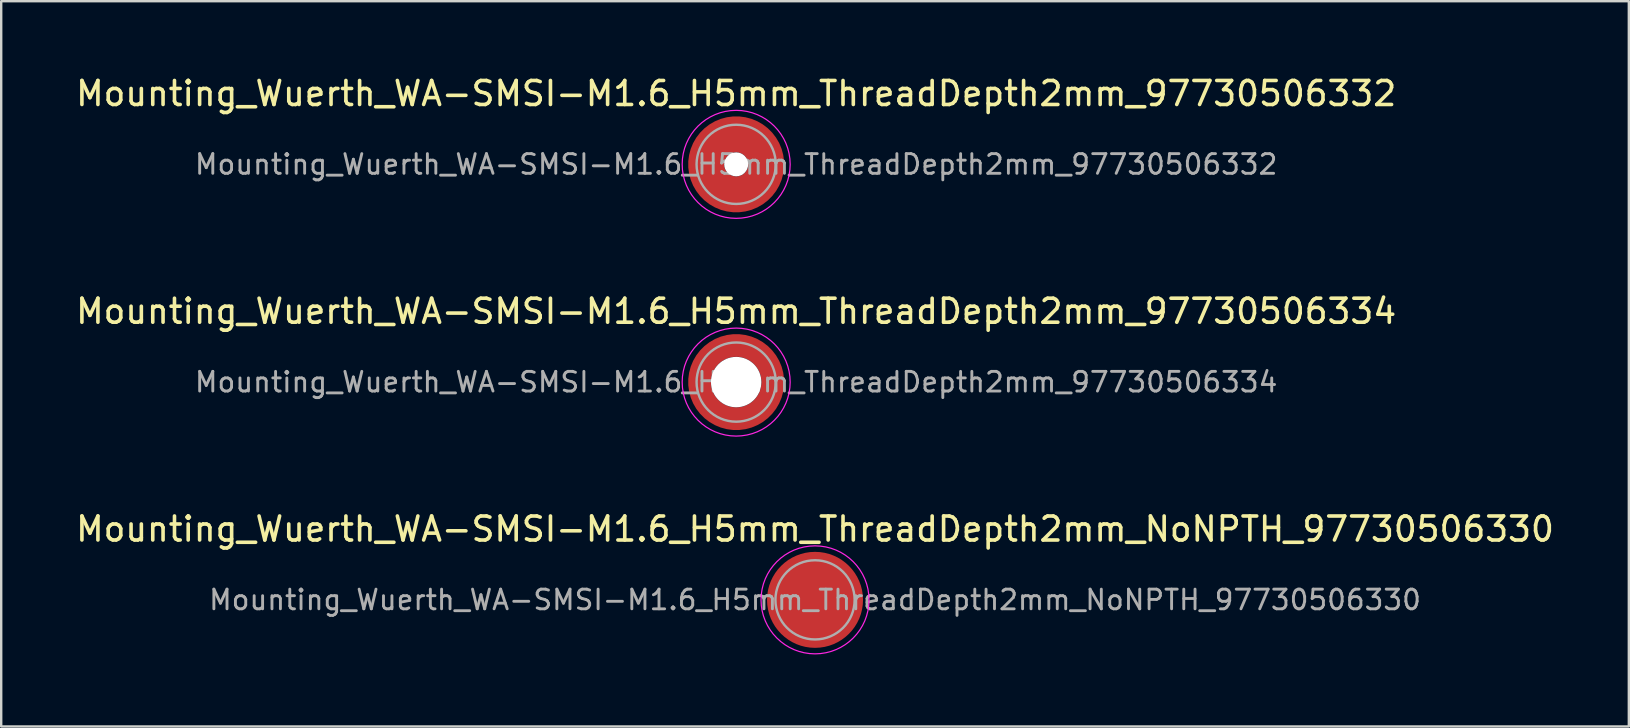
<source format=kicad_pcb>
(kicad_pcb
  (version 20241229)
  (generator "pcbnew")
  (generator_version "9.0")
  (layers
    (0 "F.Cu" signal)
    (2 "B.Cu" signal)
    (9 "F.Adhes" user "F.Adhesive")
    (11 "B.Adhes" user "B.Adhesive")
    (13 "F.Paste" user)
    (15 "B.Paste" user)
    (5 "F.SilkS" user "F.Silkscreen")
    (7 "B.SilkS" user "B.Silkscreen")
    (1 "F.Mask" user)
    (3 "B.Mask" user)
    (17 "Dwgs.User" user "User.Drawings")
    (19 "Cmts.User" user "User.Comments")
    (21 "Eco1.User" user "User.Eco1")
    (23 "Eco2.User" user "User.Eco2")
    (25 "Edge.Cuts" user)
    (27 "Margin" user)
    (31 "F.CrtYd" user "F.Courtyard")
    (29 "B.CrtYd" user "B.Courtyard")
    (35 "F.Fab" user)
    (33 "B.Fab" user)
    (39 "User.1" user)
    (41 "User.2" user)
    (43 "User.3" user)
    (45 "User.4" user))
  (footprint "Mounting_Wuerth_WA-SMSI-M1.6_H5mm_ThreadDepth2mm_97730506332"
    (layer "F.Cu")
    (at 27.625 3.798)
    (property "Reference" "Mounting_Wuerth_WA-SMSI-M1.6_H5mm_ThreadDepth2mm_97730506332" (at 0 -2.95 0) (layer "F.SilkS") (effects (font (size 1 1) (thickness 0.15))))
    (attr smd allow_soldermask_bridges)
    (fp_circle (center 0 0) (end 2.25 0) (stroke (width 0.05) (type solid)) (fill no) (layer "F.CrtYd"))
    (fp_circle (center 0 0) (end 1.65 0) (stroke (width 0.1) (type solid)) (fill no) (layer "F.Fab"))
    (fp_text user "${REFERENCE}" (at 0 0 0) (layer "F.Fab") (effects (font (size 0.82 0.82) (thickness 0.12))))
    (pad "" smd custom (at 0 -1.25) (size 0.65 0.65) (layers "F.Paste") (options (anchor circle)) (primitives (gr_arc (start -0.259808 0.6) (mid 0.392514 0.670403) (end 0.7 1.25) (width 0.2)) (gr_arc (start -0.466369 0.6) (mid 0.365311 0.538278) (end 0.8 1.25) (width 0.2)) (gr_arc (start -0.622495 0.6) (mid 0.35338 0.422279) (end 0.9 1.25) (width 0.2)) (gr_arc (start -0.759934 0.6) (mid 0.346458 0.311934) (end 1 1.25) (width 0.2)) (gr_arc (start -0.887412 0.6) (mid 0.341941 0.204497) (end 1.1 1.25) (width 0.2)) (gr_arc (start -1.008712 0.6) (mid 0.338781 0.098815) (end 1.2 1.25) (width 0.2)) (gr_arc (start -1.125833 0.6) (mid 0.336465 -0.005704) (end 1.3 1.25) (width 0.2)) (gr_arc (start -1.23996 0.6) (mid 0.334706 -0.109401) (end 1.4 1.25) (width 0.2)) (gr_arc (start -1.351851 0.6) (mid 0.333335 -0.212494) (end 1.5 1.25) (width 0.2)) (gr_arc (start -1.462019 0.6) (mid 0.332242 -0.315125) (end 1.6 1.25) (width 0.2)) (gr_arc (start -1.570828 0.6) (mid 0.331355 -0.417394) (end 1.7 1.25) (width 0.2)) (gr_arc (start -1.678541 0.6) (mid 0.330625 -0.519375) (end 1.8 1.25) (width 0.2)) (gr_line (start 0.7 1.25) (end 1.8 1.25) (width 0.2)) (gr_line (start -0.26 0.6) (end -1.679 0.6) (width 0.2))))
    (pad "" np_thru_hole circle (at 0 0) (size 1 1) (drill 1) (layers "*.Cu" "*.Mask"))
    (pad "" smd custom (at 0 1.25) (size 0.65 0.65) (layers "F.Paste") (options (anchor circle)) (primitives (gr_arc (start 0.259808 -0.6) (mid -0.392514 -0.670403) (end -0.7 -1.25) (width 0.2)) (gr_arc (start 0.466369 -0.6) (mid -0.365311 -0.538278) (end -0.8 -1.25) (width 0.2)) (gr_arc (start 0.622495 -0.6) (mid -0.35338 -0.422279) (end -0.9 -1.25) (width 0.2)) (gr_arc (start 0.759934 -0.6) (mid -0.346458 -0.311934) (end -1 -1.25) (width 0.2)) (gr_arc (start 0.887412 -0.6) (mid -0.341941 -0.204497) (end -1.1 -1.25) (width 0.2)) (gr_arc (start 1.008712 -0.6) (mid -0.338781 -0.098815) (end -1.2 -1.25) (width 0.2)) (gr_arc (start 1.125833 -0.6) (mid -0.336465 0.005704) (end -1.3 -1.25) (width 0.2)) (gr_arc (start 1.23996 -0.6) (mid -0.334706 0.109401) (end -1.4 -1.25) (width 0.2)) (gr_arc (start 1.351851 -0.6) (mid -0.333335 0.212494) (end -1.5 -1.25) (width 0.2)) (gr_arc (start 1.462019 -0.6) (mid -0.332242 0.315125) (end -1.6 -1.25) (width 0.2)) (gr_arc (start 1.570828 -0.6) (mid -0.331355 0.417394) (end -1.7 -1.25) (width 0.2)) (gr_arc (start 1.678541 -0.6) (mid -0.330625 0.519375) (end -1.8 -1.25) (width 0.2)) (gr_line (start -0.7 -1.25) (end -1.8 -1.25) (width 0.2)) (gr_line (start 0.26 -0.6) (end 1.679 -0.6) (width 0.2))))
    (pad "1" smd circle (at -1.25 0) (size 0.992 0.992) (layers "F.Cu"))
    (pad "1" smd circle (at 0 -1.25) (size 0.992 0.992) (layers "F.Cu"))
    (pad "1" smd circle (at 0 1.25) (size 0.992 0.992) (layers "F.Cu"))
    (pad "1" smd custom (at 1.25 0) (size 1.5 1.5) (layers "F.Cu" "F.Mask") (options (anchor circle)) (primitives (gr_circle (center -1.25 0) (end 0 0) (width 1.5) (fill no)))))
  (footprint "Mounting_Wuerth_WA-SMSI-M1.6_H5mm_ThreadDepth2mm_97730506334"
    (layer "F.Cu")
    (at 27.625 12.871)
    (property "Reference" "Mounting_Wuerth_WA-SMSI-M1.6_H5mm_ThreadDepth2mm_97730506334" (at 0 -2.95 0) (layer "F.SilkS") (effects (font (size 1 1) (thickness 0.15))))
    (attr smd allow_soldermask_bridges)
    (fp_circle (center 0 0) (end 2.25 0) (stroke (width 0.05) (type solid)) (fill no) (layer "F.CrtYd"))
    (fp_circle (center 0 0) (end 1.65 0) (stroke (width 0.1) (type solid)) (fill no) (layer "F.Fab"))
    (fp_text user "${REFERENCE}" (at 0 0 0) (layer "F.Fab") (effects (font (size 0.82 0.82) (thickness 0.12))))
    (pad "" smd custom (at -1.061 -1.061) (size 0.4 0.4) (layers "F.Paste") (options (anchor circle)) (primitives (gr_arc (start -0.101235 0.76066) (mid 0.212132 0.212132) (end 0.76066 -0.101235) (width 0.2)) (gr_arc (start -0.204251 0.76066) (mid 0.141421 0.141421) (end 0.76066 -0.204251) (width 0.2)) (gr_arc (start -0.306819 0.76066) (mid 0.070711 0.070711) (end 0.76066 -0.306819) (width 0.2)) (gr_arc (start -0.409034 0.76066) (mid 0 0) (end 0.76066 -0.409034) (width 0.2)) (gr_arc (start -0.510963 0.76066) (mid -0.070711 -0.070711) (end 0.76066 -0.510963) (width 0.2)) (gr_arc (start -0.61266 0.76066) (mid -0.141421 -0.141421) (end 0.76066 -0.61266) (width 0.2)) (gr_arc (start -0.714164 0.76066) (mid -0.212132 -0.212132) (end 0.76066 -0.714164) (width 0.2)) (gr_line (start 0.761 -0.101) (end 0.761 -0.714) (width 0.2)) (gr_line (start -0.101 0.761) (end -0.714 0.761) (width 0.2))))
    (pad "" smd custom (at -1.061 1.061) (size 0.4 0.4) (layers "F.Paste") (options (anchor circle)) (primitives (gr_arc (start 0.76066 0.101235) (mid 0.212132 -0.212132) (end -0.101235 -0.76066) (width 0.2)) (gr_arc (start 0.76066 0.204251) (mid 0.141421 -0.141421) (end -0.204251 -0.76066) (width 0.2)) (gr_arc (start 0.76066 0.306819) (mid 0.070711 -0.070711) (end -0.306819 -0.76066) (width 0.2)) (gr_arc (start 0.76066 0.409034) (mid 0 0) (end -0.409034 -0.76066) (width 0.2)) (gr_arc (start 0.76066 0.510963) (mid -0.070711 0.070711) (end -0.510963 -0.76066) (width 0.2)) (gr_arc (start 0.76066 0.61266) (mid -0.141421 0.141421) (end -0.61266 -0.76066) (width 0.2)) (gr_arc (start 0.76066 0.714164) (mid -0.212132 0.212132) (end -0.714164 -0.76066) (width 0.2)) (gr_line (start -0.101 -0.761) (end -0.714 -0.761) (width 0.2)) (gr_line (start 0.761 0.101) (end 0.761 0.714) (width 0.2))))
    (pad "" np_thru_hole circle (at 0 0) (size 2.1 2.1) (drill 2.1) (layers "*.Cu" "*.Mask"))
    (pad "" smd custom (at 1.061 -1.061) (size 0.4 0.4) (layers "F.Paste") (options (anchor circle)) (primitives (gr_arc (start -0.76066 -0.101235) (mid -0.212132 0.212132) (end 0.101235 0.76066) (width 0.2)) (gr_arc (start -0.76066 -0.204251) (mid -0.141421 0.141421) (end 0.204251 0.76066) (width 0.2)) (gr_arc (start -0.76066 -0.306819) (mid -0.070711 0.070711) (end 0.306819 0.76066) (width 0.2)) (gr_arc (start -0.76066 -0.409034) (mid 0 0) (end 0.409034 0.76066) (width 0.2)) (gr_arc (start -0.76066 -0.510963) (mid 0.070711 -0.070711) (end 0.510963 0.76066) (width 0.2)) (gr_arc (start -0.76066 -0.61266) (mid 0.141421 -0.141421) (end 0.61266 0.76066) (width 0.2)) (gr_arc (start -0.76066 -0.714164) (mid 0.212132 -0.212132) (end 0.714164 0.76066) (width 0.2)) (gr_line (start 0.101 0.761) (end 0.714 0.761) (width 0.2)) (gr_line (start -0.761 -0.101) (end -0.761 -0.714) (width 0.2))))
    (pad "" smd custom (at 1.061 1.061) (size 0.4 0.4) (layers "F.Paste") (options (anchor circle)) (primitives (gr_arc (start 0.101235 -0.76066) (mid -0.212132 -0.212132) (end -0.76066 0.101235) (width 0.2)) (gr_arc (start 0.204251 -0.76066) (mid -0.141421 -0.141421) (end -0.76066 0.204251) (width 0.2)) (gr_arc (start 0.306819 -0.76066) (mid -0.070711 -0.070711) (end -0.76066 0.306819) (width 0.2)) (gr_arc (start 0.409034 -0.76066) (mid 0 0) (end -0.76066 0.409034) (width 0.2)) (gr_arc (start 0.510963 -0.76066) (mid 0.070711 0.070711) (end -0.76066 0.510963) (width 0.2)) (gr_arc (start 0.61266 -0.76066) (mid 0.141421 0.141421) (end -0.76066 0.61266) (width 0.2)) (gr_arc (start 0.714164 -0.76066) (mid 0.212132 0.212132) (end -0.76066 0.714164) (width 0.2)) (gr_line (start -0.761 0.101) (end -0.761 0.714) (width 0.2)) (gr_line (start 0.101 -0.761) (end 0.714 -0.761) (width 0.2))))
    (pad "1" smd circle (at -1.525 0) (size 0.442 0.442) (layers "F.Cu"))
    (pad "1" smd circle (at 0 -1.525) (size 0.442 0.442) (layers "F.Cu"))
    (pad "1" smd circle (at 0 1.525) (size 0.442 0.442) (layers "F.Cu"))
    (pad "1" smd custom (at 1.525 0) (size 0.95 0.95) (layers "F.Cu" "F.Mask") (options (anchor circle)) (primitives (gr_circle (center -1.525 0) (end 0 0) (width 0.95) (fill no)))))
  (footprint "Mounting_Wuerth_WA-SMSI-M1.6_H5mm_ThreadDepth2mm_NoNPTH_97730506330"
    (layer "F.Cu")
    (at 30.911 21.945)
    (property "Reference" "Mounting_Wuerth_WA-SMSI-M1.6_H5mm_ThreadDepth2mm_NoNPTH_97730506330" (at 0 -2.95 0) (layer "F.SilkS") (effects (font (size 1 1) (thickness 0.15))))
    (attr smd allow_soldermask_bridges)
    (fp_circle (center 0 0) (end 2.25 0) (stroke (width 0.05) (type solid)) (fill no) (layer "F.CrtYd"))
    (fp_circle (center 0 0) (end 1.65 0) (stroke (width 0.1) (type solid)) (fill no) (layer "F.Fab"))
    (fp_text user "${REFERENCE}" (at 0 0 0) (layer "F.Fab") (effects (font (size 0.82 0.82) (thickness 0.12))))
    (pad "" smd custom (at -0.778 -0.778) (size 0.8 0.8) (layers "F.Paste") (options (anchor circle)) (primitives (gr_arc (start 0.465568 0.527817) (mid 0.494975 0.494975) (end 0.527817 0.465568) (width 0.2)) (gr_arc (start 0.344805 0.527817) (mid 0.424264 0.424264) (end 0.527817 0.344805) (width 0.2)) (gr_arc (start 0.232382 0.527817) (mid 0.353553 0.353553) (end 0.527817 0.232382) (width 0.2)) (gr_arc (start 0.123983 0.527817) (mid 0.282843 0.282843) (end 0.527817 0.123983) (width 0.2)) (gr_arc (start 0.017883 0.527817) (mid 0.212132 0.212132) (end 0.527817 0.017883) (width 0.2)) (gr_arc (start -0.086763 0.527817) (mid 0.141421 0.141421) (end 0.527817 -0.086763) (width 0.2)) (gr_arc (start -0.190428 0.527817) (mid 0.070711 0.070711) (end 0.527817 -0.190428) (width 0.2)) (gr_arc (start -0.293397 0.527817) (mid 0 0) (end 0.527817 -0.293397) (width 0.2)) (gr_arc (start -0.395852 0.527817) (mid -0.070711 -0.070711) (end 0.527817 -0.395852) (width 0.2)) (gr_arc (start -0.497918 0.527817) (mid -0.141421 -0.141421) (end 0.527817 -0.497918) (width 0.2)) (gr_arc (start -0.59968 0.527817) (mid -0.212132 -0.212132) (end 0.527817 -0.59968) (width 0.2)) (gr_arc (start -0.701202 0.527817) (mid -0.282843 -0.282843) (end 0.527817 -0.701202) (width 0.2)) (gr_arc (start -0.802531 0.527817) (mid -0.353553 -0.353553) (end 0.527817 -0.802531) (width 0.2)) (gr_arc (start -0.9037 0.527817) (mid -0.424264 -0.424264) (end 0.527817 -0.9037) (width 0.2)) (gr_arc (start -1.004737 0.527817) (mid -0.494975 -0.494975) (end 0.527817 -1.004737) (width 0.2)) (gr_line (start 0.528 0.466) (end 0.528 -1.005) (width 0.2)) (gr_line (start 0.466 0.528) (end -1.005 0.528) (width 0.2))))
    (pad "" smd custom (at -0.778 0.778) (size 0.8 0.8) (layers "F.Paste") (options (anchor circle)) (primitives (gr_arc (start 0.527817 -0.465568) (mid 0.494975 -0.494975) (end 0.465568 -0.527817) (width 0.2)) (gr_arc (start 0.527817 -0.344805) (mid 0.424264 -0.424264) (end 0.344805 -0.527817) (width 0.2)) (gr_arc (start 0.527817 -0.232382) (mid 0.353553 -0.353553) (end 0.232382 -0.527817) (width 0.2)) (gr_arc (start 0.527817 -0.123983) (mid 0.282843 -0.282843) (end 0.123983 -0.527817) (width 0.2)) (gr_arc (start 0.527817 -0.017883) (mid 0.212132 -0.212132) (end 0.017883 -0.527817) (width 0.2)) (gr_arc (start 0.527817 0.086763) (mid 0.141421 -0.141421) (end -0.086763 -0.527817) (width 0.2)) (gr_arc (start 0.527817 0.190428) (mid 0.070711 -0.070711) (end -0.190428 -0.527817) (width 0.2)) (gr_arc (start 0.527817 0.293397) (mid 0 0) (end -0.293397 -0.527817) (width 0.2)) (gr_arc (start 0.527817 0.395852) (mid -0.070711 0.070711) (end -0.395852 -0.527817) (width 0.2)) (gr_arc (start 0.527817 0.497918) (mid -0.141421 0.141421) (end -0.497918 -0.527817) (width 0.2)) (gr_arc (start 0.527817 0.59968) (mid -0.212132 0.212132) (end -0.59968 -0.527817) (width 0.2)) (gr_arc (start 0.527817 0.701202) (mid -0.282843 0.282843) (end -0.701202 -0.527817) (width 0.2)) (gr_arc (start 0.527817 0.802531) (mid -0.353553 0.353553) (end -0.802531 -0.527817) (width 0.2)) (gr_arc (start 0.527817 0.9037) (mid -0.424264 0.424264) (end -0.9037 -0.527817) (width 0.2)) (gr_arc (start 0.527817 1.004737) (mid -0.494975 0.494975) (end -1.004737 -0.527817) (width 0.2)) (gr_line (start 0.466 -0.528) (end -1.005 -0.528) (width 0.2)) (gr_line (start 0.528 -0.466) (end 0.528 1.005) (width 0.2))))
    (pad "" smd custom (at 0.778 -0.778) (size 0.8 0.8) (layers "F.Paste") (options (anchor circle)) (primitives (gr_arc (start -0.527817 0.465568) (mid -0.494975 0.494975) (end -0.465568 0.527817) (width 0.2)) (gr_arc (start -0.527817 0.344805) (mid -0.424264 0.424264) (end -0.344805 0.527817) (width 0.2)) (gr_arc (start -0.527817 0.232382) (mid -0.353553 0.353553) (end -0.232382 0.527817) (width 0.2)) (gr_arc (start -0.527817 0.123983) (mid -0.282843 0.282843) (end -0.123983 0.527817) (width 0.2)) (gr_arc (start -0.527817 0.017883) (mid -0.212132 0.212132) (end -0.017883 0.527817) (width 0.2)) (gr_arc (start -0.527817 -0.086763) (mid -0.141421 0.141421) (end 0.086763 0.527817) (width 0.2)) (gr_arc (start -0.527817 -0.190428) (mid -0.070711 0.070711) (end 0.190428 0.527817) (width 0.2)) (gr_arc (start -0.527817 -0.293397) (mid 0 0) (end 0.293397 0.527817) (width 0.2)) (gr_arc (start -0.527817 -0.395852) (mid 0.070711 -0.070711) (end 0.395852 0.527817) (width 0.2)) (gr_arc (start -0.527817 -0.497918) (mid 0.141421 -0.141421) (end 0.497918 0.527817) (width 0.2)) (gr_arc (start -0.527817 -0.59968) (mid 0.212132 -0.212132) (end 0.59968 0.527817) (width 0.2)) (gr_arc (start -0.527817 -0.701202) (mid 0.282843 -0.282843) (end 0.701202 0.527817) (width 0.2)) (gr_arc (start -0.527817 -0.802531) (mid 0.353553 -0.353553) (end 0.802531 0.527817) (width 0.2)) (gr_arc (start -0.527817 -0.9037) (mid 0.424264 -0.424264) (end 0.9037 0.527817) (width 0.2)) (gr_arc (start -0.527817 -1.004737) (mid 0.494975 -0.494975) (end 1.004737 0.527817) (width 0.2)) (gr_line (start -0.466 0.528) (end 1.005 0.528) (width 0.2)) (gr_line (start -0.528 0.466) (end -0.528 -1.005) (width 0.2))))
    (pad "" smd custom (at 0.778 0.778) (size 0.8 0.8) (layers "F.Paste") (options (anchor circle)) (primitives (gr_arc (start -0.465568 -0.527817) (mid -0.494975 -0.494975) (end -0.527817 -0.465568) (width 0.2)) (gr_arc (start -0.344805 -0.527817) (mid -0.424264 -0.424264) (end -0.527817 -0.344805) (width 0.2)) (gr_arc (start -0.232382 -0.527817) (mid -0.353553 -0.353553) (end -0.527817 -0.232382) (width 0.2)) (gr_arc (start -0.123983 -0.527817) (mid -0.282843 -0.282843) (end -0.527817 -0.123983) (width 0.2)) (gr_arc (start -0.017883 -0.527817) (mid -0.212132 -0.212132) (end -0.527817 -0.017883) (width 0.2)) (gr_arc (start 0.086763 -0.527817) (mid -0.141421 -0.141421) (end -0.527817 0.086763) (width 0.2)) (gr_arc (start 0.190428 -0.527817) (mid -0.070711 -0.070711) (end -0.527817 0.190428) (width 0.2)) (gr_arc (start 0.293397 -0.527817) (mid 0 0) (end -0.527817 0.293397) (width 0.2)) (gr_arc (start 0.395852 -0.527817) (mid 0.070711 0.070711) (end -0.527817 0.395852) (width 0.2)) (gr_arc (start 0.497918 -0.527817) (mid 0.141421 0.141421) (end -0.527817 0.497918) (width 0.2)) (gr_arc (start 0.59968 -0.527817) (mid 0.212132 0.212132) (end -0.527817 0.59968) (width 0.2)) (gr_arc (start 0.701202 -0.527817) (mid 0.282843 0.282843) (end -0.527817 0.701202) (width 0.2)) (gr_arc (start 0.802531 -0.527817) (mid 0.353553 0.353553) (end -0.527817 0.802531) (width 0.2)) (gr_arc (start 0.9037 -0.527817) (mid 0.424264 0.424264) (end -0.527817 0.9037) (width 0.2)) (gr_arc (start 1.004737 -0.527817) (mid 0.494975 0.494975) (end -0.527817 1.004737) (width 0.2)) (gr_line (start -0.528 -0.466) (end -0.528 1.005) (width 0.2)) (gr_line (start -0.466 -0.528) (end 1.005 -0.528) (width 0.2))))
    (pad "1" smd circle (at 0 0) (size 4 4) (layers "F.Cu" "F.Mask")))
  (gr_rect
    (start -3 -3)
    (end 64.821 27.22)
    (stroke (width 0.1) (type default))
    (fill no)
    (layer "Edge.Cuts")))
</source>
